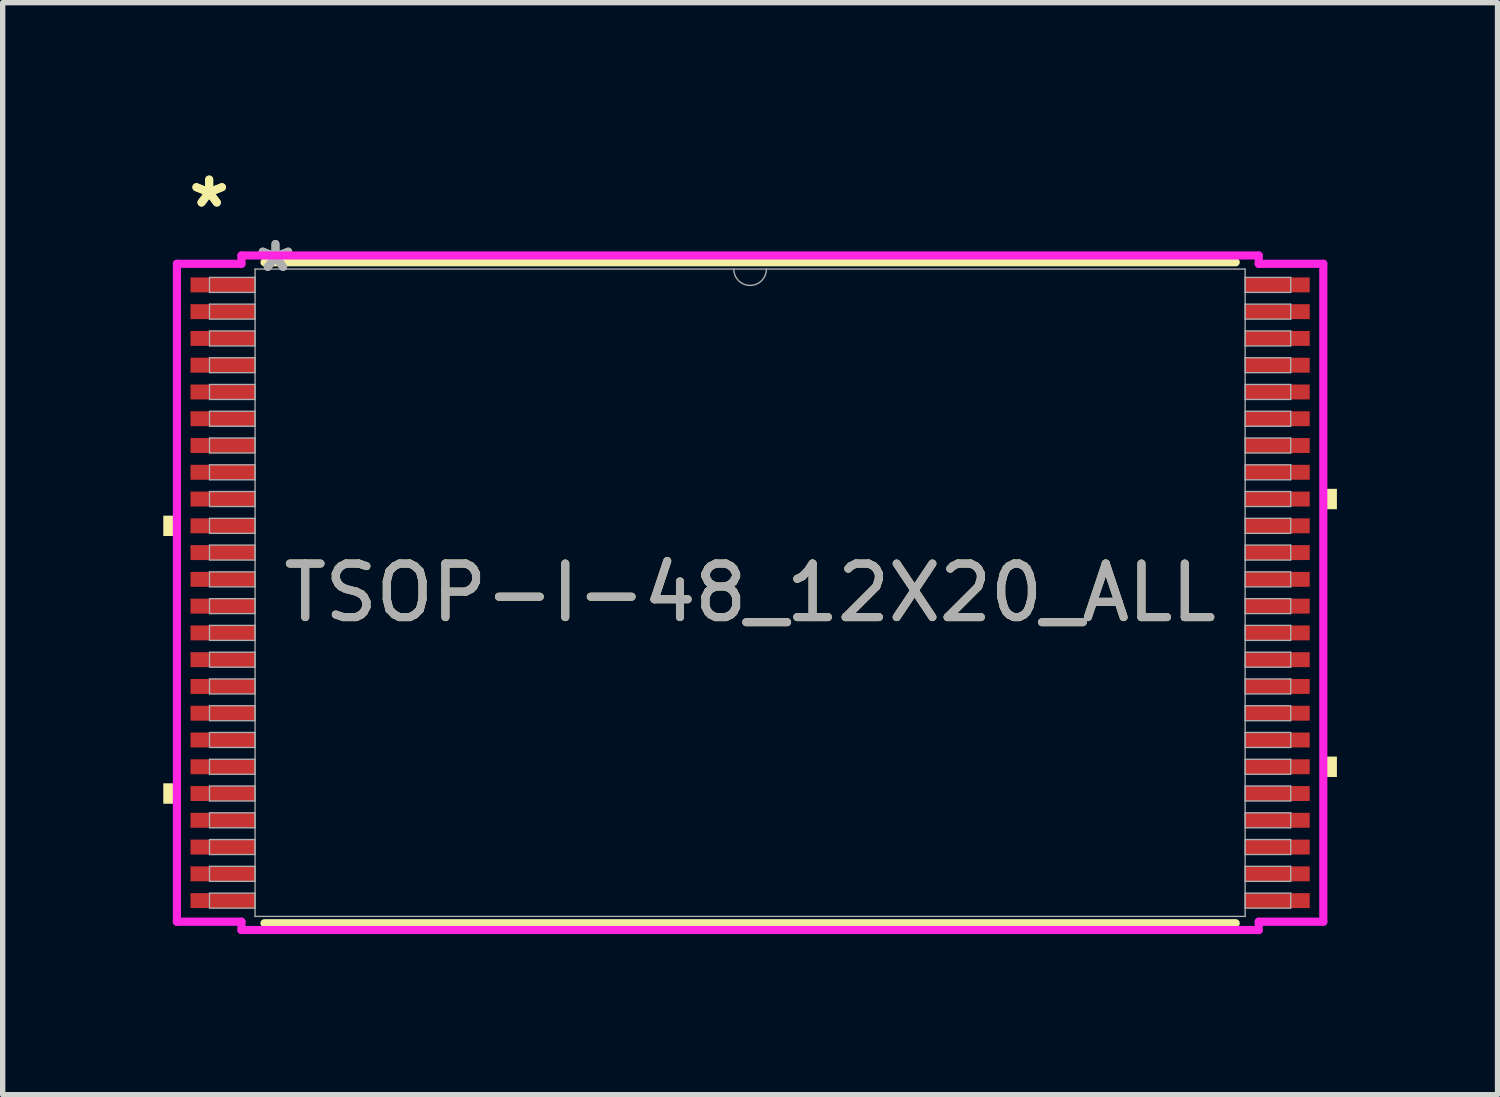
<source format=kicad_pcb>
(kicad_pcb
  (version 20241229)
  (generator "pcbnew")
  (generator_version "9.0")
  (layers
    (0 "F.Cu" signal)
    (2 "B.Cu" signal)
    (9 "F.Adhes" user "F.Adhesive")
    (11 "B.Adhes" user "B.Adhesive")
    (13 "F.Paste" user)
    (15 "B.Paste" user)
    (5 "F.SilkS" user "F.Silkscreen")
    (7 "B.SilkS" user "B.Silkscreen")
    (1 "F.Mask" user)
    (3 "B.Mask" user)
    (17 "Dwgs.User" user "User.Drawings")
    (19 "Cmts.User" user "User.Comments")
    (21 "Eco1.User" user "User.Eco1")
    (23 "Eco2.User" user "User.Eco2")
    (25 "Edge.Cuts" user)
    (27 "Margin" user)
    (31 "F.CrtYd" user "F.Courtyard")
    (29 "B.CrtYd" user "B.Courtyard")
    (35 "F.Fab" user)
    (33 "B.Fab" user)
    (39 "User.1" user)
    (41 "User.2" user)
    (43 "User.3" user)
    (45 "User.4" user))
  (footprint "TSOP-I-48_12X20_ALL"
    (layer "F.Cu")
    (at 10.96 8.021)
    (property "Reference" "TSOP-I-48_12X20_ALL" (at 0 0 0) (unlocked yes) (layer "F.SilkS") (effects (font (size 1 1) (thickness 0.15))))
    (attr smd)
    (fp_line (start -9.07 6.172) (end 9.07 6.172) (stroke (width 0.152) (type solid)) (layer "F.SilkS"))
    (fp_line (start 9.07 -6.172) (end -9.07 -6.172) (stroke (width 0.152) (type solid)) (layer "F.SilkS"))
    (fp_poly (pts (xy -10.96 -1.44) (xy -10.96 -1.06) (xy -10.706 -1.06) (xy -10.706 -1.44)) (stroke (width 0) (type solid)) (fill yes) (layer "F.SilkS"))
    (fp_poly (pts (xy -10.96 3.559) (xy -10.96 3.941) (xy -10.706 3.941) (xy -10.706 3.559)) (stroke (width 0) (type solid)) (fill yes) (layer "F.SilkS"))
    (fp_poly (pts (xy 10.96 -1.941) (xy 10.96 -1.56) (xy 10.706 -1.56) (xy 10.706 -1.941)) (stroke (width 0) (type solid)) (fill yes) (layer "F.SilkS"))
    (fp_poly (pts (xy 10.96 3.06) (xy 10.96 3.441) (xy 10.706 3.441) (xy 10.706 3.06)) (stroke (width 0) (type solid)) (fill yes) (layer "F.SilkS"))
    (fp_line (start -10.706 -6.144) (end -9.5 -6.144) (stroke (width 0.152) (type solid)) (layer "F.CrtYd"))
    (fp_line (start -10.706 6.144) (end -10.706 -6.144) (stroke (width 0.152) (type solid)) (layer "F.CrtYd"))
    (fp_line (start -10.706 6.144) (end -9.5 6.144) (stroke (width 0.152) (type solid)) (layer "F.CrtYd"))
    (fp_line (start -9.5 -6.299) (end 9.5 -6.299) (stroke (width 0.152) (type solid)) (layer "F.CrtYd"))
    (fp_line (start -9.5 -6.144) (end -9.5 -6.299) (stroke (width 0.152) (type solid)) (layer "F.CrtYd"))
    (fp_line (start -9.5 6.299) (end -9.5 6.144) (stroke (width 0.152) (type solid)) (layer "F.CrtYd"))
    (fp_line (start 9.5 -6.299) (end 9.5 -6.144) (stroke (width 0.152) (type solid)) (layer "F.CrtYd"))
    (fp_line (start 9.5 6.144) (end 9.5 6.299) (stroke (width 0.152) (type solid)) (layer "F.CrtYd"))
    (fp_line (start 9.5 6.299) (end -9.5 6.299) (stroke (width 0.152) (type solid)) (layer "F.CrtYd"))
    (fp_line (start 10.706 -6.144) (end 9.5 -6.144) (stroke (width 0.152) (type solid)) (layer "F.CrtYd"))
    (fp_line (start 10.706 -6.144) (end 10.706 6.144) (stroke (width 0.152) (type solid)) (layer "F.CrtYd"))
    (fp_line (start 10.706 6.144) (end 9.5 6.144) (stroke (width 0.152) (type solid)) (layer "F.CrtYd"))
    (fp_line (start -10.097 -5.89) (end -10.097 -5.61) (stroke (width 0.025) (type solid)) (layer "F.Fab"))
    (fp_line (start -10.097 -5.61) (end -9.246 -5.61) (stroke (width 0.025) (type solid)) (layer "F.Fab"))
    (fp_line (start -10.097 -5.39) (end -10.097 -5.11) (stroke (width 0.025) (type solid)) (layer "F.Fab"))
    (fp_line (start -10.097 -5.11) (end -9.246 -5.11) (stroke (width 0.025) (type solid)) (layer "F.Fab"))
    (fp_line (start -10.097 -4.89) (end -10.097 -4.61) (stroke (width 0.025) (type solid)) (layer "F.Fab"))
    (fp_line (start -10.097 -4.61) (end -9.246 -4.61) (stroke (width 0.025) (type solid)) (layer "F.Fab"))
    (fp_line (start -10.097 -4.39) (end -10.097 -4.11) (stroke (width 0.025) (type solid)) (layer "F.Fab"))
    (fp_line (start -10.097 -4.11) (end -9.246 -4.11) (stroke (width 0.025) (type solid)) (layer "F.Fab"))
    (fp_line (start -10.097 -3.89) (end -10.097 -3.61) (stroke (width 0.025) (type solid)) (layer "F.Fab"))
    (fp_line (start -10.097 -3.61) (end -9.246 -3.61) (stroke (width 0.025) (type solid)) (layer "F.Fab"))
    (fp_line (start -10.097 -3.39) (end -10.097 -3.11) (stroke (width 0.025) (type solid)) (layer "F.Fab"))
    (fp_line (start -10.097 -3.11) (end -9.246 -3.11) (stroke (width 0.025) (type solid)) (layer "F.Fab"))
    (fp_line (start -10.097 -2.89) (end -10.097 -2.61) (stroke (width 0.025) (type solid)) (layer "F.Fab"))
    (fp_line (start -10.097 -2.61) (end -9.246 -2.61) (stroke (width 0.025) (type solid)) (layer "F.Fab"))
    (fp_line (start -10.097 -2.39) (end -10.097 -2.11) (stroke (width 0.025) (type solid)) (layer "F.Fab"))
    (fp_line (start -10.097 -2.11) (end -9.246 -2.11) (stroke (width 0.025) (type solid)) (layer "F.Fab"))
    (fp_line (start -10.097 -1.89) (end -10.097 -1.61) (stroke (width 0.025) (type solid)) (layer "F.Fab"))
    (fp_line (start -10.097 -1.61) (end -9.246 -1.61) (stroke (width 0.025) (type solid)) (layer "F.Fab"))
    (fp_line (start -10.097 -1.39) (end -10.097 -1.11) (stroke (width 0.025) (type solid)) (layer "F.Fab"))
    (fp_line (start -10.097 -1.11) (end -9.246 -1.11) (stroke (width 0.025) (type solid)) (layer "F.Fab"))
    (fp_line (start -10.097 -0.89) (end -10.097 -0.61) (stroke (width 0.025) (type solid)) (layer "F.Fab"))
    (fp_line (start -10.097 -0.61) (end -9.246 -0.61) (stroke (width 0.025) (type solid)) (layer "F.Fab"))
    (fp_line (start -10.097 -0.39) (end -10.097 -0.11) (stroke (width 0.025) (type solid)) (layer "F.Fab"))
    (fp_line (start -10.097 -0.11) (end -9.246 -0.11) (stroke (width 0.025) (type solid)) (layer "F.Fab"))
    (fp_line (start -10.097 0.11) (end -10.097 0.39) (stroke (width 0.025) (type solid)) (layer "F.Fab"))
    (fp_line (start -10.097 0.39) (end -9.246 0.39) (stroke (width 0.025) (type solid)) (layer "F.Fab"))
    (fp_line (start -10.097 0.61) (end -10.097 0.89) (stroke (width 0.025) (type solid)) (layer "F.Fab"))
    (fp_line (start -10.097 0.89) (end -9.246 0.89) (stroke (width 0.025) (type solid)) (layer "F.Fab"))
    (fp_line (start -10.097 1.11) (end -10.097 1.39) (stroke (width 0.025) (type solid)) (layer "F.Fab"))
    (fp_line (start -10.097 1.39) (end -9.246 1.39) (stroke (width 0.025) (type solid)) (layer "F.Fab"))
    (fp_line (start -10.097 1.61) (end -10.097 1.89) (stroke (width 0.025) (type solid)) (layer "F.Fab"))
    (fp_line (start -10.097 1.89) (end -9.246 1.89) (stroke (width 0.025) (type solid)) (layer "F.Fab"))
    (fp_line (start -10.097 2.11) (end -10.097 2.39) (stroke (width 0.025) (type solid)) (layer "F.Fab"))
    (fp_line (start -10.097 2.39) (end -9.246 2.39) (stroke (width 0.025) (type solid)) (layer "F.Fab"))
    (fp_line (start -10.097 2.61) (end -10.097 2.89) (stroke (width 0.025) (type solid)) (layer "F.Fab"))
    (fp_line (start -10.097 2.89) (end -9.246 2.89) (stroke (width 0.025) (type solid)) (layer "F.Fab"))
    (fp_line (start -10.097 3.11) (end -10.097 3.39) (stroke (width 0.025) (type solid)) (layer "F.Fab"))
    (fp_line (start -10.097 3.39) (end -9.246 3.39) (stroke (width 0.025) (type solid)) (layer "F.Fab"))
    (fp_line (start -10.097 3.61) (end -10.097 3.89) (stroke (width 0.025) (type solid)) (layer "F.Fab"))
    (fp_line (start -10.097 3.89) (end -9.246 3.89) (stroke (width 0.025) (type solid)) (layer "F.Fab"))
    (fp_line (start -10.097 4.11) (end -10.097 4.39) (stroke (width 0.025) (type solid)) (layer "F.Fab"))
    (fp_line (start -10.097 4.39) (end -9.246 4.39) (stroke (width 0.025) (type solid)) (layer "F.Fab"))
    (fp_line (start -10.097 4.61) (end -10.097 4.89) (stroke (width 0.025) (type solid)) (layer "F.Fab"))
    (fp_line (start -10.097 4.89) (end -9.246 4.89) (stroke (width 0.025) (type solid)) (layer "F.Fab"))
    (fp_line (start -10.097 5.11) (end -10.097 5.39) (stroke (width 0.025) (type solid)) (layer "F.Fab"))
    (fp_line (start -10.097 5.39) (end -9.246 5.39) (stroke (width 0.025) (type solid)) (layer "F.Fab"))
    (fp_line (start -10.097 5.61) (end -10.097 5.89) (stroke (width 0.025) (type solid)) (layer "F.Fab"))
    (fp_line (start -10.097 5.89) (end -9.246 5.89) (stroke (width 0.025) (type solid)) (layer "F.Fab"))
    (fp_line (start -9.246 -6.045) (end -9.246 6.045) (stroke (width 0.025) (type solid)) (layer "F.Fab"))
    (fp_line (start -9.246 -5.89) (end -10.097 -5.89) (stroke (width 0.025) (type solid)) (layer "F.Fab"))
    (fp_line (start -9.246 -5.61) (end -9.246 -5.89) (stroke (width 0.025) (type solid)) (layer "F.Fab"))
    (fp_line (start -9.246 -5.39) (end -10.097 -5.39) (stroke (width 0.025) (type solid)) (layer "F.Fab"))
    (fp_line (start -9.246 -5.11) (end -9.246 -5.39) (stroke (width 0.025) (type solid)) (layer "F.Fab"))
    (fp_line (start -9.246 -4.89) (end -10.097 -4.89) (stroke (width 0.025) (type solid)) (layer "F.Fab"))
    (fp_line (start -9.246 -4.61) (end -9.246 -4.89) (stroke (width 0.025) (type solid)) (layer "F.Fab"))
    (fp_line (start -9.246 -4.39) (end -10.097 -4.39) (stroke (width 0.025) (type solid)) (layer "F.Fab"))
    (fp_line (start -9.246 -4.11) (end -9.246 -4.39) (stroke (width 0.025) (type solid)) (layer "F.Fab"))
    (fp_line (start -9.246 -3.89) (end -10.097 -3.89) (stroke (width 0.025) (type solid)) (layer "F.Fab"))
    (fp_line (start -9.246 -3.61) (end -9.246 -3.89) (stroke (width 0.025) (type solid)) (layer "F.Fab"))
    (fp_line (start -9.246 -3.39) (end -10.097 -3.39) (stroke (width 0.025) (type solid)) (layer "F.Fab"))
    (fp_line (start -9.246 -3.11) (end -9.246 -3.39) (stroke (width 0.025) (type solid)) (layer "F.Fab"))
    (fp_line (start -9.246 -2.89) (end -10.097 -2.89) (stroke (width 0.025) (type solid)) (layer "F.Fab"))
    (fp_line (start -9.246 -2.61) (end -9.246 -2.89) (stroke (width 0.025) (type solid)) (layer "F.Fab"))
    (fp_line (start -9.246 -2.39) (end -10.097 -2.39) (stroke (width 0.025) (type solid)) (layer "F.Fab"))
    (fp_line (start -9.246 -2.11) (end -9.246 -2.39) (stroke (width 0.025) (type solid)) (layer "F.Fab"))
    (fp_line (start -9.246 -1.89) (end -10.097 -1.89) (stroke (width 0.025) (type solid)) (layer "F.Fab"))
    (fp_line (start -9.246 -1.61) (end -9.246 -1.89) (stroke (width 0.025) (type solid)) (layer "F.Fab"))
    (fp_line (start -9.246 -1.39) (end -10.097 -1.39) (stroke (width 0.025) (type solid)) (layer "F.Fab"))
    (fp_line (start -9.246 -1.11) (end -9.246 -1.39) (stroke (width 0.025) (type solid)) (layer "F.Fab"))
    (fp_line (start -9.246 -0.89) (end -10.097 -0.89) (stroke (width 0.025) (type solid)) (layer "F.Fab"))
    (fp_line (start -9.246 -0.61) (end -9.246 -0.89) (stroke (width 0.025) (type solid)) (layer "F.Fab"))
    (fp_line (start -9.246 -0.39) (end -10.097 -0.39) (stroke (width 0.025) (type solid)) (layer "F.Fab"))
    (fp_line (start -9.246 -0.11) (end -9.246 -0.39) (stroke (width 0.025) (type solid)) (layer "F.Fab"))
    (fp_line (start -9.246 0.11) (end -10.097 0.11) (stroke (width 0.025) (type solid)) (layer "F.Fab"))
    (fp_line (start -9.246 0.39) (end -9.246 0.11) (stroke (width 0.025) (type solid)) (layer "F.Fab"))
    (fp_line (start -9.246 0.61) (end -10.097 0.61) (stroke (width 0.025) (type solid)) (layer "F.Fab"))
    (fp_line (start -9.246 0.89) (end -9.246 0.61) (stroke (width 0.025) (type solid)) (layer "F.Fab"))
    (fp_line (start -9.246 1.11) (end -10.097 1.11) (stroke (width 0.025) (type solid)) (layer "F.Fab"))
    (fp_line (start -9.246 1.39) (end -9.246 1.11) (stroke (width 0.025) (type solid)) (layer "F.Fab"))
    (fp_line (start -9.246 1.61) (end -10.097 1.61) (stroke (width 0.025) (type solid)) (layer "F.Fab"))
    (fp_line (start -9.246 1.89) (end -9.246 1.61) (stroke (width 0.025) (type solid)) (layer "F.Fab"))
    (fp_line (start -9.246 2.11) (end -10.097 2.11) (stroke (width 0.025) (type solid)) (layer "F.Fab"))
    (fp_line (start -9.246 2.39) (end -9.246 2.11) (stroke (width 0.025) (type solid)) (layer "F.Fab"))
    (fp_line (start -9.246 2.61) (end -10.097 2.61) (stroke (width 0.025) (type solid)) (layer "F.Fab"))
    (fp_line (start -9.246 2.89) (end -9.246 2.61) (stroke (width 0.025) (type solid)) (layer "F.Fab"))
    (fp_line (start -9.246 3.11) (end -10.097 3.11) (stroke (width 0.025) (type solid)) (layer "F.Fab"))
    (fp_line (start -9.246 3.39) (end -9.246 3.11) (stroke (width 0.025) (type solid)) (layer "F.Fab"))
    (fp_line (start -9.246 3.61) (end -10.097 3.61) (stroke (width 0.025) (type solid)) (layer "F.Fab"))
    (fp_line (start -9.246 3.89) (end -9.246 3.61) (stroke (width 0.025) (type solid)) (layer "F.Fab"))
    (fp_line (start -9.246 4.11) (end -10.097 4.11) (stroke (width 0.025) (type solid)) (layer "F.Fab"))
    (fp_line (start -9.246 4.39) (end -9.246 4.11) (stroke (width 0.025) (type solid)) (layer "F.Fab"))
    (fp_line (start -9.246 4.61) (end -10.097 4.61) (stroke (width 0.025) (type solid)) (layer "F.Fab"))
    (fp_line (start -9.246 4.89) (end -9.246 4.61) (stroke (width 0.025) (type solid)) (layer "F.Fab"))
    (fp_line (start -9.246 5.11) (end -10.097 5.11) (stroke (width 0.025) (type solid)) (layer "F.Fab"))
    (fp_line (start -9.246 5.39) (end -9.246 5.11) (stroke (width 0.025) (type solid)) (layer "F.Fab"))
    (fp_line (start -9.246 5.61) (end -10.097 5.61) (stroke (width 0.025) (type solid)) (layer "F.Fab"))
    (fp_line (start -9.246 5.89) (end -9.246 5.61) (stroke (width 0.025) (type solid)) (layer "F.Fab"))
    (fp_line (start -9.246 6.045) (end 9.246 6.045) (stroke (width 0.025) (type solid)) (layer "F.Fab"))
    (fp_line (start 9.246 -6.045) (end -9.246 -6.045) (stroke (width 0.025) (type solid)) (layer "F.Fab"))
    (fp_line (start 9.246 -5.89) (end 9.246 -5.61) (stroke (width 0.025) (type solid)) (layer "F.Fab"))
    (fp_line (start 9.246 -5.61) (end 10.097 -5.61) (stroke (width 0.025) (type solid)) (layer "F.Fab"))
    (fp_line (start 9.246 -5.39) (end 9.246 -5.11) (stroke (width 0.025) (type solid)) (layer "F.Fab"))
    (fp_line (start 9.246 -5.11) (end 10.097 -5.11) (stroke (width 0.025) (type solid)) (layer "F.Fab"))
    (fp_line (start 9.246 -4.89) (end 9.246 -4.61) (stroke (width 0.025) (type solid)) (layer "F.Fab"))
    (fp_line (start 9.246 -4.61) (end 10.097 -4.61) (stroke (width 0.025) (type solid)) (layer "F.Fab"))
    (fp_line (start 9.246 -4.39) (end 9.246 -4.11) (stroke (width 0.025) (type solid)) (layer "F.Fab"))
    (fp_line (start 9.246 -4.11) (end 10.097 -4.11) (stroke (width 0.025) (type solid)) (layer "F.Fab"))
    (fp_line (start 9.246 -3.89) (end 9.246 -3.61) (stroke (width 0.025) (type solid)) (layer "F.Fab"))
    (fp_line (start 9.246 -3.61) (end 10.097 -3.61) (stroke (width 0.025) (type solid)) (layer "F.Fab"))
    (fp_line (start 9.246 -3.39) (end 9.246 -3.11) (stroke (width 0.025) (type solid)) (layer "F.Fab"))
    (fp_line (start 9.246 -3.11) (end 10.097 -3.11) (stroke (width 0.025) (type solid)) (layer "F.Fab"))
    (fp_line (start 9.246 -2.89) (end 9.246 -2.61) (stroke (width 0.025) (type solid)) (layer "F.Fab"))
    (fp_line (start 9.246 -2.61) (end 10.097 -2.61) (stroke (width 0.025) (type solid)) (layer "F.Fab"))
    (fp_line (start 9.246 -2.39) (end 9.246 -2.11) (stroke (width 0.025) (type solid)) (layer "F.Fab"))
    (fp_line (start 9.246 -2.11) (end 10.097 -2.11) (stroke (width 0.025) (type solid)) (layer "F.Fab"))
    (fp_line (start 9.246 -1.89) (end 9.246 -1.61) (stroke (width 0.025) (type solid)) (layer "F.Fab"))
    (fp_line (start 9.246 -1.61) (end 10.097 -1.61) (stroke (width 0.025) (type solid)) (layer "F.Fab"))
    (fp_line (start 9.246 -1.39) (end 9.246 -1.11) (stroke (width 0.025) (type solid)) (layer "F.Fab"))
    (fp_line (start 9.246 -1.11) (end 10.097 -1.11) (stroke (width 0.025) (type solid)) (layer "F.Fab"))
    (fp_line (start 9.246 -0.89) (end 9.246 -0.61) (stroke (width 0.025) (type solid)) (layer "F.Fab"))
    (fp_line (start 9.246 -0.61) (end 10.097 -0.61) (stroke (width 0.025) (type solid)) (layer "F.Fab"))
    (fp_line (start 9.246 -0.39) (end 9.246 -0.11) (stroke (width 0.025) (type solid)) (layer "F.Fab"))
    (fp_line (start 9.246 -0.11) (end 10.097 -0.11) (stroke (width 0.025) (type solid)) (layer "F.Fab"))
    (fp_line (start 9.246 0.11) (end 9.246 0.39) (stroke (width 0.025) (type solid)) (layer "F.Fab"))
    (fp_line (start 9.246 0.39) (end 10.097 0.39) (stroke (width 0.025) (type solid)) (layer "F.Fab"))
    (fp_line (start 9.246 0.61) (end 9.246 0.89) (stroke (width 0.025) (type solid)) (layer "F.Fab"))
    (fp_line (start 9.246 0.89) (end 10.097 0.89) (stroke (width 0.025) (type solid)) (layer "F.Fab"))
    (fp_line (start 9.246 1.11) (end 9.246 1.39) (stroke (width 0.025) (type solid)) (layer "F.Fab"))
    (fp_line (start 9.246 1.39) (end 10.097 1.39) (stroke (width 0.025) (type solid)) (layer "F.Fab"))
    (fp_line (start 9.246 1.61) (end 9.246 1.89) (stroke (width 0.025) (type solid)) (layer "F.Fab"))
    (fp_line (start 9.246 1.89) (end 10.097 1.89) (stroke (width 0.025) (type solid)) (layer "F.Fab"))
    (fp_line (start 9.246 2.11) (end 9.246 2.39) (stroke (width 0.025) (type solid)) (layer "F.Fab"))
    (fp_line (start 9.246 2.39) (end 10.097 2.39) (stroke (width 0.025) (type solid)) (layer "F.Fab"))
    (fp_line (start 9.246 2.61) (end 9.246 2.89) (stroke (width 0.025) (type solid)) (layer "F.Fab"))
    (fp_line (start 9.246 2.89) (end 10.097 2.89) (stroke (width 0.025) (type solid)) (layer "F.Fab"))
    (fp_line (start 9.246 3.11) (end 9.246 3.39) (stroke (width 0.025) (type solid)) (layer "F.Fab"))
    (fp_line (start 9.246 3.39) (end 10.097 3.39) (stroke (width 0.025) (type solid)) (layer "F.Fab"))
    (fp_line (start 9.246 3.61) (end 9.246 3.89) (stroke (width 0.025) (type solid)) (layer "F.Fab"))
    (fp_line (start 9.246 3.89) (end 10.097 3.89) (stroke (width 0.025) (type solid)) (layer "F.Fab"))
    (fp_line (start 9.246 4.11) (end 9.246 4.39) (stroke (width 0.025) (type solid)) (layer "F.Fab"))
    (fp_line (start 9.246 4.39) (end 10.097 4.39) (stroke (width 0.025) (type solid)) (layer "F.Fab"))
    (fp_line (start 9.246 4.61) (end 9.246 4.89) (stroke (width 0.025) (type solid)) (layer "F.Fab"))
    (fp_line (start 9.246 4.89) (end 10.097 4.89) (stroke (width 0.025) (type solid)) (layer "F.Fab"))
    (fp_line (start 9.246 5.11) (end 9.246 5.39) (stroke (width 0.025) (type solid)) (layer "F.Fab"))
    (fp_line (start 9.246 5.39) (end 10.097 5.39) (stroke (width 0.025) (type solid)) (layer "F.Fab"))
    (fp_line (start 9.246 5.61) (end 9.246 5.89) (stroke (width 0.025) (type solid)) (layer "F.Fab"))
    (fp_line (start 9.246 5.89) (end 10.097 5.89) (stroke (width 0.025) (type solid)) (layer "F.Fab"))
    (fp_line (start 9.246 6.045) (end 9.246 -6.045) (stroke (width 0.025) (type solid)) (layer "F.Fab"))
    (fp_line (start 10.097 -5.89) (end 9.246 -5.89) (stroke (width 0.025) (type solid)) (layer "F.Fab"))
    (fp_line (start 10.097 -5.61) (end 10.097 -5.89) (stroke (width 0.025) (type solid)) (layer "F.Fab"))
    (fp_line (start 10.097 -5.39) (end 9.246 -5.39) (stroke (width 0.025) (type solid)) (layer "F.Fab"))
    (fp_line (start 10.097 -5.11) (end 10.097 -5.39) (stroke (width 0.025) (type solid)) (layer "F.Fab"))
    (fp_line (start 10.097 -4.89) (end 9.246 -4.89) (stroke (width 0.025) (type solid)) (layer "F.Fab"))
    (fp_line (start 10.097 -4.61) (end 10.097 -4.89) (stroke (width 0.025) (type solid)) (layer "F.Fab"))
    (fp_line (start 10.097 -4.39) (end 9.246 -4.39) (stroke (width 0.025) (type solid)) (layer "F.Fab"))
    (fp_line (start 10.097 -4.11) (end 10.097 -4.39) (stroke (width 0.025) (type solid)) (layer "F.Fab"))
    (fp_line (start 10.097 -3.89) (end 9.246 -3.89) (stroke (width 0.025) (type solid)) (layer "F.Fab"))
    (fp_line (start 10.097 -3.61) (end 10.097 -3.89) (stroke (width 0.025) (type solid)) (layer "F.Fab"))
    (fp_line (start 10.097 -3.39) (end 9.246 -3.39) (stroke (width 0.025) (type solid)) (layer "F.Fab"))
    (fp_line (start 10.097 -3.11) (end 10.097 -3.39) (stroke (width 0.025) (type solid)) (layer "F.Fab"))
    (fp_line (start 10.097 -2.89) (end 9.246 -2.89) (stroke (width 0.025) (type solid)) (layer "F.Fab"))
    (fp_line (start 10.097 -2.61) (end 10.097 -2.89) (stroke (width 0.025) (type solid)) (layer "F.Fab"))
    (fp_line (start 10.097 -2.39) (end 9.246 -2.39) (stroke (width 0.025) (type solid)) (layer "F.Fab"))
    (fp_line (start 10.097 -2.11) (end 10.097 -2.39) (stroke (width 0.025) (type solid)) (layer "F.Fab"))
    (fp_line (start 10.097 -1.89) (end 9.246 -1.89) (stroke (width 0.025) (type solid)) (layer "F.Fab"))
    (fp_line (start 10.097 -1.61) (end 10.097 -1.89) (stroke (width 0.025) (type solid)) (layer "F.Fab"))
    (fp_line (start 10.097 -1.39) (end 9.246 -1.39) (stroke (width 0.025) (type solid)) (layer "F.Fab"))
    (fp_line (start 10.097 -1.11) (end 10.097 -1.39) (stroke (width 0.025) (type solid)) (layer "F.Fab"))
    (fp_line (start 10.097 -0.89) (end 9.246 -0.89) (stroke (width 0.025) (type solid)) (layer "F.Fab"))
    (fp_line (start 10.097 -0.61) (end 10.097 -0.89) (stroke (width 0.025) (type solid)) (layer "F.Fab"))
    (fp_line (start 10.097 -0.39) (end 9.246 -0.39) (stroke (width 0.025) (type solid)) (layer "F.Fab"))
    (fp_line (start 10.097 -0.11) (end 10.097 -0.39) (stroke (width 0.025) (type solid)) (layer "F.Fab"))
    (fp_line (start 10.097 0.11) (end 9.246 0.11) (stroke (width 0.025) (type solid)) (layer "F.Fab"))
    (fp_line (start 10.097 0.39) (end 10.097 0.11) (stroke (width 0.025) (type solid)) (layer "F.Fab"))
    (fp_line (start 10.097 0.61) (end 9.246 0.61) (stroke (width 0.025) (type solid)) (layer "F.Fab"))
    (fp_line (start 10.097 0.89) (end 10.097 0.61) (stroke (width 0.025) (type solid)) (layer "F.Fab"))
    (fp_line (start 10.097 1.11) (end 9.246 1.11) (stroke (width 0.025) (type solid)) (layer "F.Fab"))
    (fp_line (start 10.097 1.39) (end 10.097 1.11) (stroke (width 0.025) (type solid)) (layer "F.Fab"))
    (fp_line (start 10.097 1.61) (end 9.246 1.61) (stroke (width 0.025) (type solid)) (layer "F.Fab"))
    (fp_line (start 10.097 1.89) (end 10.097 1.61) (stroke (width 0.025) (type solid)) (layer "F.Fab"))
    (fp_line (start 10.097 2.11) (end 9.246 2.11) (stroke (width 0.025) (type solid)) (layer "F.Fab"))
    (fp_line (start 10.097 2.39) (end 10.097 2.11) (stroke (width 0.025) (type solid)) (layer "F.Fab"))
    (fp_line (start 10.097 2.61) (end 9.246 2.61) (stroke (width 0.025) (type solid)) (layer "F.Fab"))
    (fp_line (start 10.097 2.89) (end 10.097 2.61) (stroke (width 0.025) (type solid)) (layer "F.Fab"))
    (fp_line (start 10.097 3.11) (end 9.246 3.11) (stroke (width 0.025) (type solid)) (layer "F.Fab"))
    (fp_line (start 10.097 3.39) (end 10.097 3.11) (stroke (width 0.025) (type solid)) (layer "F.Fab"))
    (fp_line (start 10.097 3.61) (end 9.246 3.61) (stroke (width 0.025) (type solid)) (layer "F.Fab"))
    (fp_line (start 10.097 3.89) (end 10.097 3.61) (stroke (width 0.025) (type solid)) (layer "F.Fab"))
    (fp_line (start 10.097 4.11) (end 9.246 4.11) (stroke (width 0.025) (type solid)) (layer "F.Fab"))
    (fp_line (start 10.097 4.39) (end 10.097 4.11) (stroke (width 0.025) (type solid)) (layer "F.Fab"))
    (fp_line (start 10.097 4.61) (end 9.246 4.61) (stroke (width 0.025) (type solid)) (layer "F.Fab"))
    (fp_line (start 10.097 4.89) (end 10.097 4.61) (stroke (width 0.025) (type solid)) (layer "F.Fab"))
    (fp_line (start 10.097 5.11) (end 9.246 5.11) (stroke (width 0.025) (type solid)) (layer "F.Fab"))
    (fp_line (start 10.097 5.39) (end 10.097 5.11) (stroke (width 0.025) (type solid)) (layer "F.Fab"))
    (fp_line (start 10.097 5.61) (end 9.246 5.61) (stroke (width 0.025) (type solid)) (layer "F.Fab"))
    (fp_line (start 10.097 5.89) (end 10.097 5.61) (stroke (width 0.025) (type solid)) (layer "F.Fab"))
    (fp_arc (start 0.3048 -6.0452) (mid 0 -5.7404) (end -0.3048 -6.0452) (stroke (width 0.0254) (type solid)) (layer "F.Fab"))
    (fp_text user "*" (at -10.103 -7.172 0) (layer "F.SilkS") (effects (font (size 1 1) (thickness 0.15))))
    (fp_text user "*" (at -10.103 -7.172 0) (unlocked yes) (layer "F.SilkS") (effects (font (size 1 1) (thickness 0.15))))
    (fp_text user "*" (at -8.865 -5.969 0) (unlocked yes) (layer "F.Fab") (effects (font (size 1 1) (thickness 0.15))))
    (fp_text user "*" (at -8.865 -5.969 0) (layer "F.Fab") (effects (font (size 1 1) (thickness 0.15))))
    (fp_text user "${REFERENCE}" (at 0 0 0) (unlocked yes) (layer "F.Fab") (effects (font (size 1 1) (thickness 0.15))))
    (pad "1" smd rect (at -9.849 -5.75) (size 1.206 0.279) (layers "F.Cu" "F.Mask" "F.Paste"))
    (pad "2" smd rect (at -9.849 -5.25) (size 1.206 0.279) (layers "F.Cu" "F.Mask" "F.Paste"))
    (pad "3" smd rect (at -9.849 -4.75) (size 1.206 0.279) (layers "F.Cu" "F.Mask" "F.Paste"))
    (pad "4" smd rect (at -9.849 -4.25) (size 1.206 0.279) (layers "F.Cu" "F.Mask" "F.Paste"))
    (pad "5" smd rect (at -9.849 -3.75) (size 1.206 0.279) (layers "F.Cu" "F.Mask" "F.Paste"))
    (pad "6" smd rect (at -9.849 -3.25) (size 1.206 0.279) (layers "F.Cu" "F.Mask" "F.Paste"))
    (pad "7" smd rect (at -9.849 -2.75) (size 1.206 0.279) (layers "F.Cu" "F.Mask" "F.Paste"))
    (pad "8" smd rect (at -9.849 -2.25) (size 1.206 0.279) (layers "F.Cu" "F.Mask" "F.Paste"))
    (pad "9" smd rect (at -9.849 -1.75) (size 1.206 0.279) (layers "F.Cu" "F.Mask" "F.Paste"))
    (pad "10" smd rect (at -9.849 -1.25) (size 1.206 0.279) (layers "F.Cu" "F.Mask" "F.Paste"))
    (pad "11" smd rect (at -9.849 -0.75) (size 1.206 0.279) (layers "F.Cu" "F.Mask" "F.Paste"))
    (pad "12" smd rect (at -9.849 -0.25) (size 1.206 0.279) (layers "F.Cu" "F.Mask" "F.Paste"))
    (pad "13" smd rect (at -9.849 0.25) (size 1.206 0.279) (layers "F.Cu" "F.Mask" "F.Paste"))
    (pad "14" smd rect (at -9.849 0.75) (size 1.206 0.279) (layers "F.Cu" "F.Mask" "F.Paste"))
    (pad "15" smd rect (at -9.849 1.25) (size 1.206 0.279) (layers "F.Cu" "F.Mask" "F.Paste"))
    (pad "16" smd rect (at -9.849 1.75) (size 1.206 0.279) (layers "F.Cu" "F.Mask" "F.Paste"))
    (pad "17" smd rect (at -9.849 2.25) (size 1.206 0.279) (layers "F.Cu" "F.Mask" "F.Paste"))
    (pad "18" smd rect (at -9.849 2.75) (size 1.206 0.279) (layers "F.Cu" "F.Mask" "F.Paste"))
    (pad "19" smd rect (at -9.849 3.25) (size 1.206 0.279) (layers "F.Cu" "F.Mask" "F.Paste"))
    (pad "20" smd rect (at -9.849 3.75) (size 1.206 0.279) (layers "F.Cu" "F.Mask" "F.Paste"))
    (pad "21" smd rect (at -9.849 4.25) (size 1.206 0.279) (layers "F.Cu" "F.Mask" "F.Paste"))
    (pad "22" smd rect (at -9.849 4.75) (size 1.206 0.279) (layers "F.Cu" "F.Mask" "F.Paste"))
    (pad "23" smd rect (at -9.849 5.25) (size 1.206 0.279) (layers "F.Cu" "F.Mask" "F.Paste"))
    (pad "24" smd rect (at -9.849 5.75) (size 1.206 0.279) (layers "F.Cu" "F.Mask" "F.Paste"))
    (pad "25" smd rect (at 9.849 5.75) (size 1.206 0.279) (layers "F.Cu" "F.Mask" "F.Paste"))
    (pad "26" smd rect (at 9.849 5.25) (size 1.206 0.279) (layers "F.Cu" "F.Mask" "F.Paste"))
    (pad "27" smd rect (at 9.849 4.75) (size 1.206 0.279) (layers "F.Cu" "F.Mask" "F.Paste"))
    (pad "28" smd rect (at 9.849 4.25) (size 1.206 0.279) (layers "F.Cu" "F.Mask" "F.Paste"))
    (pad "29" smd rect (at 9.849 3.75) (size 1.206 0.279) (layers "F.Cu" "F.Mask" "F.Paste"))
    (pad "30" smd rect (at 9.849 3.25) (size 1.206 0.279) (layers "F.Cu" "F.Mask" "F.Paste"))
    (pad "31" smd rect (at 9.849 2.75) (size 1.206 0.279) (layers "F.Cu" "F.Mask" "F.Paste"))
    (pad "32" smd rect (at 9.849 2.25) (size 1.206 0.279) (layers "F.Cu" "F.Mask" "F.Paste"))
    (pad "33" smd rect (at 9.849 1.75) (size 1.206 0.279) (layers "F.Cu" "F.Mask" "F.Paste"))
    (pad "34" smd rect (at 9.849 1.25) (size 1.206 0.279) (layers "F.Cu" "F.Mask" "F.Paste"))
    (pad "35" smd rect (at 9.849 0.75) (size 1.206 0.279) (layers "F.Cu" "F.Mask" "F.Paste"))
    (pad "36" smd rect (at 9.849 0.25) (size 1.206 0.279) (layers "F.Cu" "F.Mask" "F.Paste"))
    (pad "37" smd rect (at 9.849 -0.25) (size 1.206 0.279) (layers "F.Cu" "F.Mask" "F.Paste"))
    (pad "38" smd rect (at 9.849 -0.75) (size 1.206 0.279) (layers "F.Cu" "F.Mask" "F.Paste"))
    (pad "39" smd rect (at 9.849 -1.25) (size 1.206 0.279) (layers "F.Cu" "F.Mask" "F.Paste"))
    (pad "40" smd rect (at 9.849 -1.75) (size 1.206 0.279) (layers "F.Cu" "F.Mask" "F.Paste"))
    (pad "41" smd rect (at 9.849 -2.25) (size 1.206 0.279) (layers "F.Cu" "F.Mask" "F.Paste"))
    (pad "42" smd rect (at 9.849 -2.75) (size 1.206 0.279) (layers "F.Cu" "F.Mask" "F.Paste"))
    (pad "43" smd rect (at 9.849 -3.25) (size 1.206 0.279) (layers "F.Cu" "F.Mask" "F.Paste"))
    (pad "44" smd rect (at 9.849 -3.75) (size 1.206 0.279) (layers "F.Cu" "F.Mask" "F.Paste"))
    (pad "45" smd rect (at 9.849 -4.25) (size 1.206 0.279) (layers "F.Cu" "F.Mask" "F.Paste"))
    (pad "46" smd rect (at 9.849 -4.75) (size 1.206 0.279) (layers "F.Cu" "F.Mask" "F.Paste"))
    (pad "47" smd rect (at 9.849 -5.25) (size 1.206 0.279) (layers "F.Cu" "F.Mask" "F.Paste"))
    (pad "48" smd rect (at 9.849 -5.75) (size 1.206 0.279) (layers "F.Cu" "F.Mask" "F.Paste")))
  (gr_rect
    (start -3 -3)
    (end 24.92 17.396)
    (stroke (width 0.1) (type default))
    (fill no)
    (layer "Edge.Cuts")))
</source>
